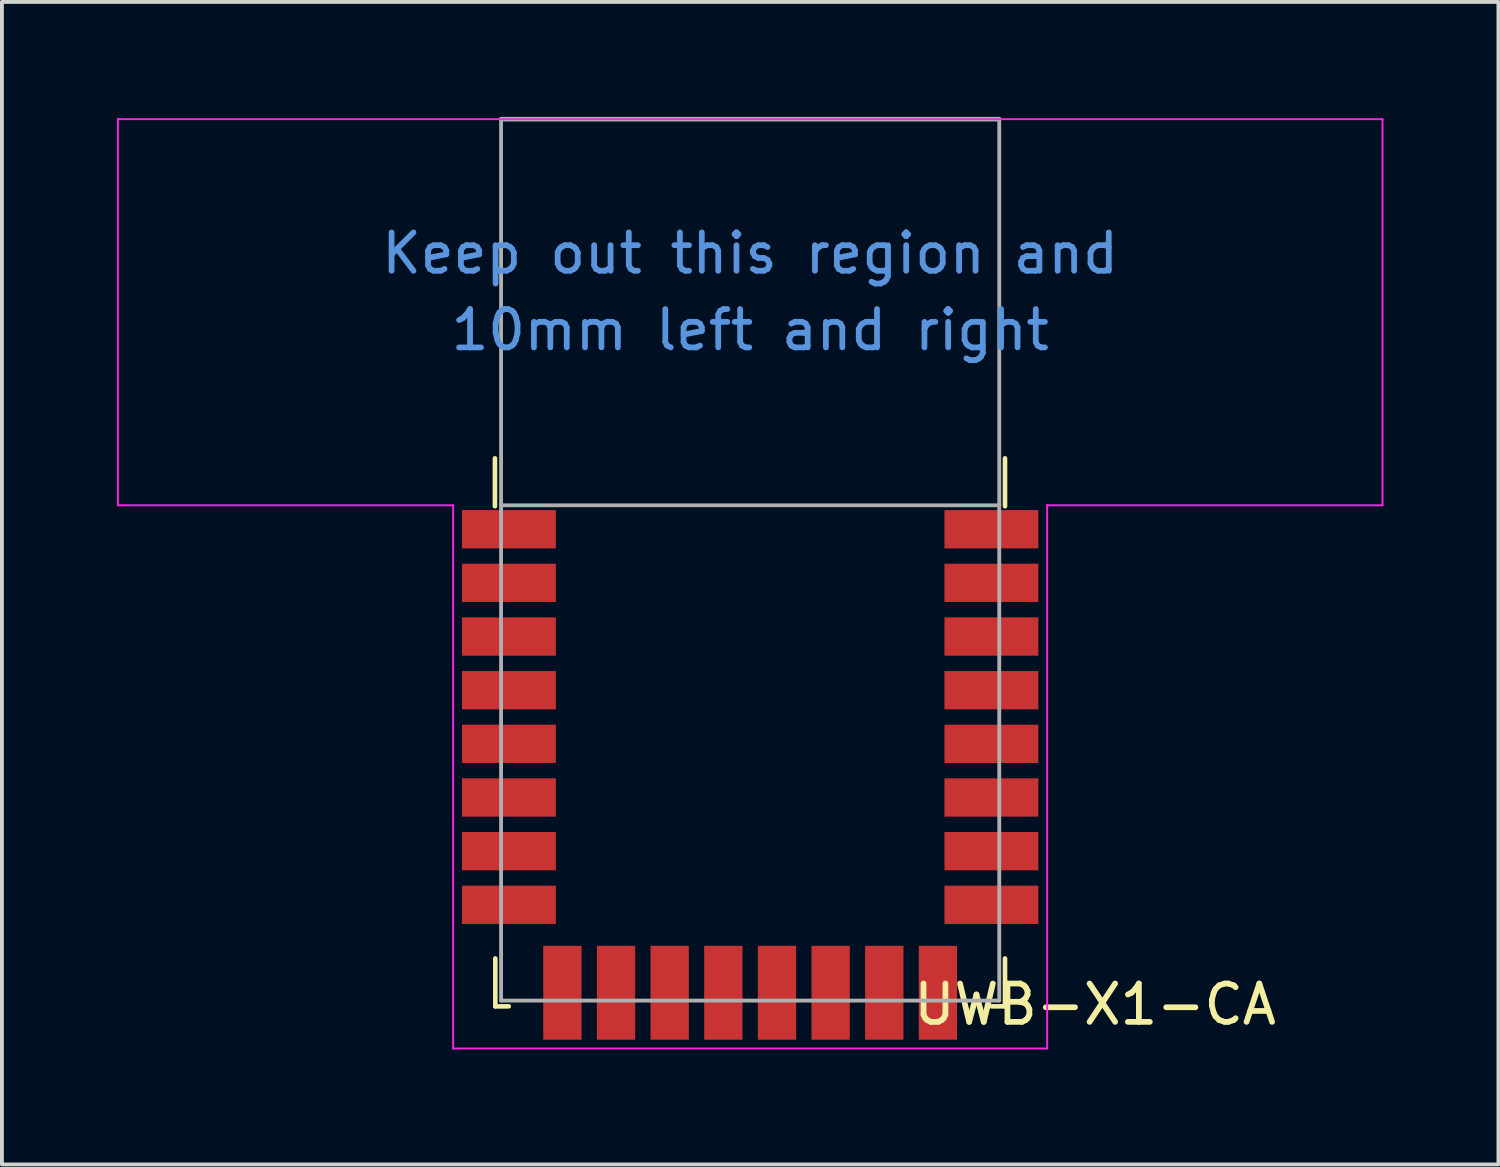
<source format=kicad_pcb>
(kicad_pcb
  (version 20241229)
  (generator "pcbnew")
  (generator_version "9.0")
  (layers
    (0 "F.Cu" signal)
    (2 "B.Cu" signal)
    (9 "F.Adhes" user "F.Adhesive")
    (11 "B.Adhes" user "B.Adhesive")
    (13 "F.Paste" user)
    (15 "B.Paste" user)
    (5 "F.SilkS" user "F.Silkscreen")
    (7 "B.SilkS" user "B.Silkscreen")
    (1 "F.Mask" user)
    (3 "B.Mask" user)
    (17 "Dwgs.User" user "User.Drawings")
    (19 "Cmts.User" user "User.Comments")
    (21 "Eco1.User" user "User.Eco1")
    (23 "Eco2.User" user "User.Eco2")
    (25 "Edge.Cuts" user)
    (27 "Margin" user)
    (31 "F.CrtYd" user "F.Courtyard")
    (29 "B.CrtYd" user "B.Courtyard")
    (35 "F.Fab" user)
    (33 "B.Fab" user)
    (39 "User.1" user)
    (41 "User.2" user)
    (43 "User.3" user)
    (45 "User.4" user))
  (footprint "UWB-X1-CA"
    (layer "F.Cu")
    (at 16.525 15.66)
    (property "Reference" "UWB-X1-CA" (at 9 7.5 0) (layer "F.SilkS") (effects (font (size 1 1) (thickness 0.15))))
    (attr smd)
    (fp_line (start -6.66 -6.75) (end -6.66 -5.5) (stroke (width 0.12) (type solid)) (layer "F.SilkS"))
    (fp_line (start -6.65 7.55) (end -6.65 6.3) (stroke (width 0.12) (type solid)) (layer "F.SilkS"))
    (fp_line (start -6.3 7.55) (end -6.65 7.55) (stroke (width 0.12) (type solid)) (layer "F.SilkS"))
    (fp_line (start 6.3 7.55) (end 6.65 7.55) (stroke (width 0.12) (type solid)) (layer "F.SilkS"))
    (fp_line (start 6.65 -6.75) (end 6.65 -5.5) (stroke (width 0.12) (type solid)) (layer "F.SilkS"))
    (fp_line (start 6.65 7.55) (end 6.65 6.3) (stroke (width 0.12) (type solid)) (layer "F.SilkS"))
    (fp_line (start -16.5 -5.525) (end -16.5 -15.6) (stroke (width 0.05) (type solid)) (layer "F.CrtYd"))
    (fp_line (start -16.5 -5.525) (end -7.75 -5.525) (stroke (width 0.05) (type solid)) (layer "F.CrtYd"))
    (fp_line (start -7.75 8.65) (end -7.75 -5.525) (stroke (width 0.05) (type solid)) (layer "F.CrtYd"))
    (fp_line (start 7.75 -5.525) (end 7.75 8.65) (stroke (width 0.05) (type solid)) (layer "F.CrtYd"))
    (fp_line (start 7.75 -5.525) (end 16.5 -5.525) (stroke (width 0.05) (type solid)) (layer "F.CrtYd"))
    (fp_line (start 7.75 8.65) (end -7.75 8.65) (stroke (width 0.05) (type solid)) (layer "F.CrtYd"))
    (fp_line (start 16.5 -15.6) (end -16.5 -15.6) (stroke (width 0.05) (type solid)) (layer "F.CrtYd"))
    (fp_line (start 16.5 -5.525) (end 16.5 -15.6) (stroke (width 0.05) (type solid)) (layer "F.CrtYd"))
    (fp_line (start -6.5 -15.6) (end 6.5 -15.6) (stroke (width 0.12) (type solid)) (layer "F.Fab"))
    (fp_line (start -6.5 -5.525) (end -6.5 -15.6) (stroke (width 0.1) (type solid)) (layer "F.Fab"))
    (fp_line (start -6.5 -5.525) (end -6.5 7.4) (stroke (width 0.1) (type solid)) (layer "F.Fab"))
    (fp_line (start -6.5 -5.525) (end 6.5 -5.525) (stroke (width 0.1) (type solid)) (layer "F.Fab"))
    (fp_line (start -6.5 7.4) (end 6.5 7.4) (stroke (width 0.1) (type solid)) (layer "F.Fab"))
    (fp_line (start 6.5 -5.525) (end 6.5 -15.6) (stroke (width 0.1) (type solid)) (layer "F.Fab"))
    (fp_line (start 6.5 7.4) (end 6.5 -5.525) (stroke (width 0.1) (type solid)) (layer "F.Fab"))
    (fp_text user "10mm left and right" (at 0 -10.1 0) (layer "Cmts.User") (effects (font (size 1 1) (thickness 0.15))))
    (fp_text user "Keep out this region and" (at 0 -12.1 0) (layer "Cmts.User") (effects (font (size 1 1) (thickness 0.15))))
    (pad "1" smd rect (at -6.295 -4.9 90) (size 1 2.45) (layers "F.Cu" "F.Mask" "F.Paste"))
    (pad "2" smd rect (at -6.295 -3.5 90) (size 1 2.45) (layers "F.Cu" "F.Mask" "F.Paste"))
    (pad "3" smd rect (at -6.295 -2.1 90) (size 1 2.45) (layers "F.Cu" "F.Mask" "F.Paste"))
    (pad "4" smd rect (at -6.295 -0.7 90) (size 1 2.45) (layers "F.Cu" "F.Mask" "F.Paste"))
    (pad "5" smd rect (at -6.295 0.7 90) (size 1 2.45) (layers "F.Cu" "F.Mask" "F.Paste"))
    (pad "6" smd rect (at -6.295 2.1 90) (size 1 2.45) (layers "F.Cu" "F.Mask" "F.Paste"))
    (pad "7" smd rect (at -6.295 3.5 90) (size 1 2.45) (layers "F.Cu" "F.Mask" "F.Paste"))
    (pad "8" smd rect (at -6.295 4.9 90) (size 1 2.45) (layers "F.Cu" "F.Mask" "F.Paste"))
    (pad "9" smd rect (at -4.9 7.195) (size 1 2.45) (layers "F.Cu" "F.Mask" "F.Paste"))
    (pad "10" smd rect (at -3.5 7.195) (size 1 2.45) (layers "F.Cu" "F.Mask" "F.Paste"))
    (pad "11" smd rect (at -2.1 7.195) (size 1 2.45) (layers "F.Cu" "F.Mask" "F.Paste"))
    (pad "12" smd rect (at -0.7 7.195) (size 1 2.45) (layers "F.Cu" "F.Mask" "F.Paste"))
    (pad "13" smd rect (at 0.7 7.195) (size 1 2.45) (layers "F.Cu" "F.Mask" "F.Paste"))
    (pad "14" smd rect (at 2.1 7.195) (size 1 2.45) (layers "F.Cu" "F.Mask" "F.Paste"))
    (pad "15" smd rect (at 3.5 7.195) (size 1 2.45) (layers "F.Cu" "F.Mask" "F.Paste"))
    (pad "16" smd rect (at 4.9 7.195) (size 1 2.45) (layers "F.Cu" "F.Mask" "F.Paste"))
    (pad "17" smd rect (at 6.295 4.9 90) (size 1 2.45) (layers "F.Cu" "F.Mask" "F.Paste"))
    (pad "18" smd rect (at 6.295 3.5 90) (size 1 2.45) (layers "F.Cu" "F.Mask" "F.Paste"))
    (pad "19" smd rect (at 6.295 2.1 90) (size 1 2.45) (layers "F.Cu" "F.Mask" "F.Paste"))
    (pad "20" smd rect (at 6.295 0.7 90) (size 1 2.45) (layers "F.Cu" "F.Mask" "F.Paste"))
    (pad "21" smd rect (at 6.295 -0.7 90) (size 1 2.45) (layers "F.Cu" "F.Mask" "F.Paste"))
    (pad "22" smd rect (at 6.295 -2.1 90) (size 1 2.45) (layers "F.Cu" "F.Mask" "F.Paste"))
    (pad "23" smd rect (at 6.295 -3.5 90) (size 1 2.45) (layers "F.Cu" "F.Mask" "F.Paste"))
    (pad "24" smd rect (at 6.295 -4.9 90) (size 1 2.45) (layers "F.Cu" "F.Mask" "F.Paste")))
  (gr_rect
    (start -3 -3)
    (end 36.05 27.335)
    (stroke (width 0.1) (type default))
    (fill no)
    (layer "Edge.Cuts")))
</source>
